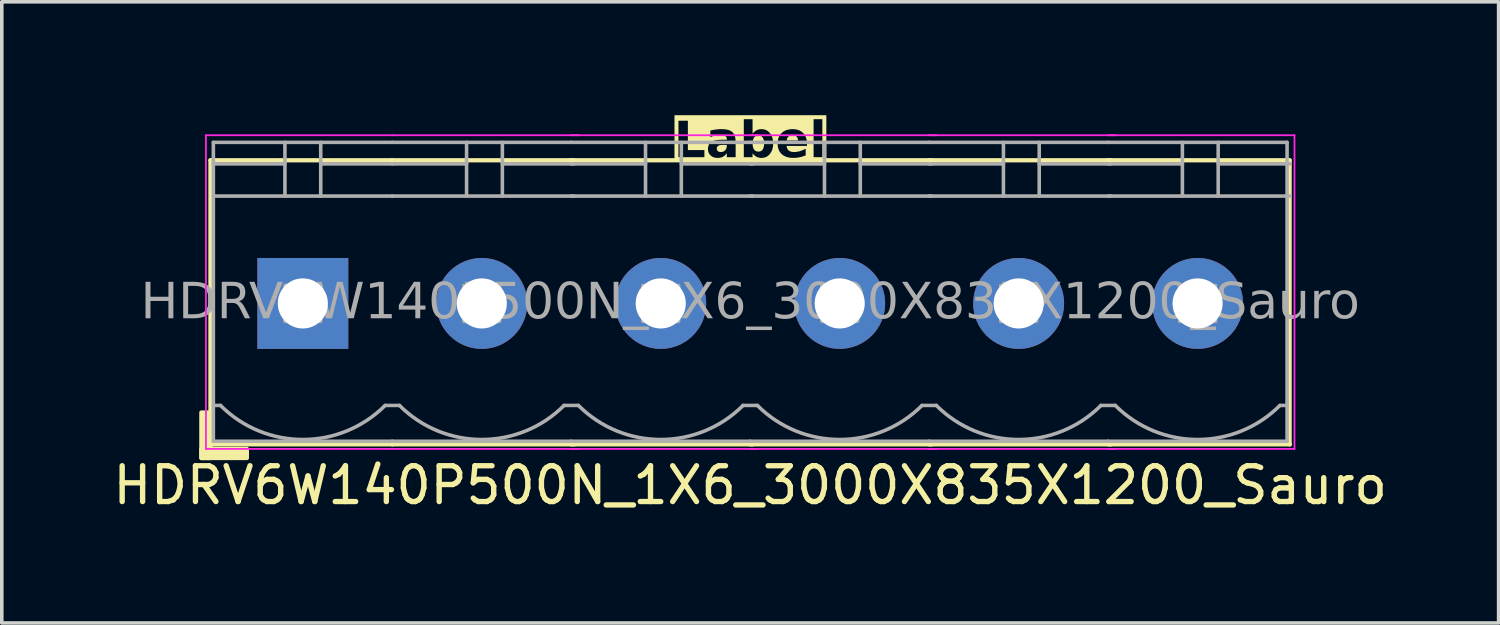
<source format=kicad_pcb>
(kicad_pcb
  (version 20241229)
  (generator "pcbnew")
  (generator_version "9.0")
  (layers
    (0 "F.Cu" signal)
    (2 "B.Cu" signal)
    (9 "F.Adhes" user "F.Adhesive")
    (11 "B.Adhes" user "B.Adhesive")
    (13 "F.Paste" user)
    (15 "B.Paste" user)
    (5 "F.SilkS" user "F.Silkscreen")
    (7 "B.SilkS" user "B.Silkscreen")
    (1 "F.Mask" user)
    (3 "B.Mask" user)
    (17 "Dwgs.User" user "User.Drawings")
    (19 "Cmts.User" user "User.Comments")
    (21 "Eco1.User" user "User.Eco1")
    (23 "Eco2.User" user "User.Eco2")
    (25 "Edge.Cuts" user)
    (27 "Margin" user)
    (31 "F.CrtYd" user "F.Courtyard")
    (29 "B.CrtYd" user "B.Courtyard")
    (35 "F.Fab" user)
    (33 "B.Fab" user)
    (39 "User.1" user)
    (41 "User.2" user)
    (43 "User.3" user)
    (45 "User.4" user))
  (footprint "HDRV6W140P500N_1X6_3000X835X1200_Sauro"
    (layer "F.Cu")
    (at 17.911 5.428)
    (property "Reference" "HDRV6W140P500N_1X6_3000X835X1200_Sauro" (at 0 5.08 0) (layer "F.SilkS") (effects (font (size 1 1) (thickness 0.15))))
    (property "Label" "Label" (at 0 -4.5 0) (layer "F.SilkS" knockout) (effects (font (face "Tahoma") (size 1 1) (thickness 0.2) (bold yes))))
    (attr through_hole)
    (fp_line (start -15.08 -4) (end -15.08 3.937) (stroke (width 0.12) (type solid)) (layer "F.SilkS"))
    (fp_line (start -15.08 3.937) (end -10 3.937) (stroke (width 0.12) (type solid)) (layer "F.SilkS"))
    (fp_line (start -10.005 -4) (end -15.08 -4) (stroke (width 0.12) (type solid)) (layer "F.SilkS"))
    (fp_line (start -10 3.937) (end -4.92 3.937) (stroke (width 0.12) (type solid)) (layer "F.SilkS"))
    (fp_line (start -5 3.937) (end 0.08 3.937) (stroke (width 0.12) (type solid)) (layer "F.SilkS"))
    (fp_line (start -4.93 -4) (end -10.005 -4) (stroke (width 0.12) (type solid)) (layer "F.SilkS"))
    (fp_line (start 0 3.937) (end 5.08 3.937) (stroke (width 0.12) (type solid)) (layer "F.SilkS"))
    (fp_line (start 0.07 -4) (end -5.005 -4) (stroke (width 0.12) (type solid)) (layer "F.SilkS"))
    (fp_line (start 5 3.937) (end 10.08 3.937) (stroke (width 0.12) (type solid)) (layer "F.SilkS"))
    (fp_line (start 5.07 -4) (end -0.005 -4) (stroke (width 0.12) (type solid)) (layer "F.SilkS"))
    (fp_line (start 10 3.937) (end 15.08 3.937) (stroke (width 0.12) (type solid)) (layer "F.SilkS"))
    (fp_line (start 10.07 -4) (end 4.995 -4) (stroke (width 0.12) (type solid)) (layer "F.SilkS"))
    (fp_line (start 15.07 -4) (end 9.995 -4) (stroke (width 0.12) (type solid)) (layer "F.SilkS"))
    (fp_line (start 15.07 -4) (end 15.07 3.937) (stroke (width 0.12) (type solid)) (layer "F.SilkS"))
    (fp_rect (start -15.08 3.048) (end -15.334 4.318) (stroke (width 0.12) (type solid)) (fill yes) (layer "F.SilkS"))
    (fp_rect (start -14.064 4.318) (end -15.334 4.064) (stroke (width 0.12) (type solid)) (fill yes) (layer "F.SilkS"))
    (fp_line (start -15.207 4.064) (end -15.207 -4.699) (stroke (width 0.05) (type solid)) (layer "F.CrtYd"))
    (fp_line (start -10.005 4.064) (end -15.207 4.064) (stroke (width 0.05) (type solid)) (layer "F.CrtYd"))
    (fp_line (start -10 -4.699) (end -15.207 -4.699) (stroke (width 0.05) (type solid)) (layer "F.CrtYd"))
    (fp_line (start -4.793 -4.699) (end -10 -4.699) (stroke (width 0.05) (type solid)) (layer "F.CrtYd"))
    (fp_line (start -4.793 4.064) (end -10.005 4.064) (stroke (width 0.05) (type solid)) (layer "F.CrtYd"))
    (fp_line (start 0.207 -4.699) (end -5 -4.699) (stroke (width 0.05) (type solid)) (layer "F.CrtYd"))
    (fp_line (start 0.207 4.064) (end -5.005 4.064) (stroke (width 0.05) (type solid)) (layer "F.CrtYd"))
    (fp_line (start 5.207 -4.699) (end 0 -4.699) (stroke (width 0.05) (type solid)) (layer "F.CrtYd"))
    (fp_line (start 5.207 4.064) (end -0.005 4.064) (stroke (width 0.05) (type solid)) (layer "F.CrtYd"))
    (fp_line (start 10.207 -4.699) (end 5 -4.699) (stroke (width 0.05) (type solid)) (layer "F.CrtYd"))
    (fp_line (start 10.207 4.064) (end 4.995 4.064) (stroke (width 0.05) (type solid)) (layer "F.CrtYd"))
    (fp_line (start 15.207 -4.699) (end 10 -4.699) (stroke (width 0.05) (type solid)) (layer "F.CrtYd"))
    (fp_line (start 15.207 -4.699) (end 15.207 4.064) (stroke (width 0.05) (type solid)) (layer "F.CrtYd"))
    (fp_line (start 15.207 4.064) (end 9.995 4.064) (stroke (width 0.05) (type solid)) (layer "F.CrtYd"))
    (fp_line (start -15 -4.5) (end -15 3.85) (stroke (width 0.1) (type solid)) (layer "F.Fab"))
    (fp_line (start -14.8 2.85) (end -15 2.85) (stroke (width 0.1) (type solid)) (layer "F.Fab"))
    (fp_line (start -13 -4.5) (end -13 -3) (stroke (width 0.1) (type default)) (layer "F.Fab"))
    (fp_line (start -13 -3.9) (end -15 -3.9) (stroke (width 0.1) (type solid)) (layer "F.Fab"))
    (fp_line (start -12 -4.5) (end -12 -3) (stroke (width 0.1) (type default)) (layer "F.Fab"))
    (fp_line (start -12 -3.9) (end -10 -3.9) (stroke (width 0.1) (type solid)) (layer "F.Fab"))
    (fp_line (start -10.2 2.85) (end -9.8 2.85) (stroke (width 0.1) (type solid)) (layer "F.Fab"))
    (fp_line (start -10 -4.5) (end -15 -4.5) (stroke (width 0.1) (type solid)) (layer "F.Fab"))
    (fp_line (start -10 -3) (end -15 -3) (stroke (width 0.1) (type solid)) (layer "F.Fab"))
    (fp_line (start -10 3.85) (end -15 3.85) (stroke (width 0.1) (type solid)) (layer "F.Fab"))
    (fp_line (start -10 3.85) (end -5 3.85) (stroke (width 0.1) (type solid)) (layer "F.Fab"))
    (fp_line (start -7.925 -4.5) (end -7.925 -3) (stroke (width 0.1) (type default)) (layer "F.Fab"))
    (fp_line (start -7.925 -3.9) (end -10 -3.9) (stroke (width 0.1) (type solid)) (layer "F.Fab"))
    (fp_line (start -6.925 -4.5) (end -6.925 -3) (stroke (width 0.1) (type default)) (layer "F.Fab"))
    (fp_line (start -6.925 -3.9) (end -4.925 -3.9) (stroke (width 0.1) (type solid)) (layer "F.Fab"))
    (fp_line (start -5.2 2.85) (end -4.8 2.85) (stroke (width 0.1) (type solid)) (layer "F.Fab"))
    (fp_line (start -5 -4.5) (end -10 -4.5) (stroke (width 0.1) (type solid)) (layer "F.Fab"))
    (fp_line (start -5 3.85) (end 0 3.85) (stroke (width 0.1) (type solid)) (layer "F.Fab"))
    (fp_line (start -4.925 -3) (end -10 -3) (stroke (width 0.1) (type solid)) (layer "F.Fab"))
    (fp_line (start -2.925 -4.5) (end -2.925 -3) (stroke (width 0.1) (type default)) (layer "F.Fab"))
    (fp_line (start -2.925 -3.9) (end -5 -3.9) (stroke (width 0.1) (type solid)) (layer "F.Fab"))
    (fp_line (start -1.925 -4.5) (end -1.925 -3) (stroke (width 0.1) (type default)) (layer "F.Fab"))
    (fp_line (start -1.925 -3.9) (end 0.075 -3.9) (stroke (width 0.1) (type solid)) (layer "F.Fab"))
    (fp_line (start -0.2 2.85) (end 0.2 2.85) (stroke (width 0.1) (type solid)) (layer "F.Fab"))
    (fp_line (start 0 -4.5) (end -5 -4.5) (stroke (width 0.1) (type solid)) (layer "F.Fab"))
    (fp_line (start 0 3.85) (end 5 3.85) (stroke (width 0.1) (type solid)) (layer "F.Fab"))
    (fp_line (start 0.075 -3) (end -5 -3) (stroke (width 0.1) (type solid)) (layer "F.Fab"))
    (fp_line (start 2.075 -4.5) (end 2.075 -3) (stroke (width 0.1) (type default)) (layer "F.Fab"))
    (fp_line (start 2.075 -3.9) (end 0 -3.9) (stroke (width 0.1) (type solid)) (layer "F.Fab"))
    (fp_line (start 3.075 -4.5) (end 3.075 -3) (stroke (width 0.1) (type default)) (layer "F.Fab"))
    (fp_line (start 3.075 -3.9) (end 5.075 -3.9) (stroke (width 0.1) (type solid)) (layer "F.Fab"))
    (fp_line (start 4.8 2.85) (end 5.2 2.85) (stroke (width 0.1) (type solid)) (layer "F.Fab"))
    (fp_line (start 5 -4.5) (end 0 -4.5) (stroke (width 0.1) (type solid)) (layer "F.Fab"))
    (fp_line (start 5 3.85) (end 10 3.85) (stroke (width 0.1) (type solid)) (layer "F.Fab"))
    (fp_line (start 5.075 -3) (end 0 -3) (stroke (width 0.1) (type solid)) (layer "F.Fab"))
    (fp_line (start 7.075 -4.5) (end 7.075 -3) (stroke (width 0.1) (type default)) (layer "F.Fab"))
    (fp_line (start 7.075 -3.9) (end 5 -3.9) (stroke (width 0.1) (type solid)) (layer "F.Fab"))
    (fp_line (start 8.075 -4.5) (end 8.075 -3) (stroke (width 0.1) (type default)) (layer "F.Fab"))
    (fp_line (start 8.075 -3.9) (end 10.075 -3.9) (stroke (width 0.1) (type solid)) (layer "F.Fab"))
    (fp_line (start 9.8 2.85) (end 10.2 2.85) (stroke (width 0.1) (type solid)) (layer "F.Fab"))
    (fp_line (start 10 -4.5) (end 5 -4.5) (stroke (width 0.1) (type solid)) (layer "F.Fab"))
    (fp_line (start 10 3.85) (end 15 3.85) (stroke (width 0.1) (type solid)) (layer "F.Fab"))
    (fp_line (start 10.075 -3) (end 5 -3) (stroke (width 0.1) (type solid)) (layer "F.Fab"))
    (fp_line (start 12.075 -4.5) (end 12.075 -3) (stroke (width 0.1) (type default)) (layer "F.Fab"))
    (fp_line (start 12.075 -3.9) (end 10 -3.9) (stroke (width 0.1) (type solid)) (layer "F.Fab"))
    (fp_line (start 13.075 -4.5) (end 13.075 -3) (stroke (width 0.1) (type default)) (layer "F.Fab"))
    (fp_line (start 13.075 -3.9) (end 15.075 -3.9) (stroke (width 0.1) (type solid)) (layer "F.Fab"))
    (fp_line (start 15 -4.5) (end 10 -4.5) (stroke (width 0.1) (type solid)) (layer "F.Fab"))
    (fp_line (start 15 -4.5) (end 15 3.85) (stroke (width 0.1) (type solid)) (layer "F.Fab"))
    (fp_line (start 15 2.85) (end 14.8 2.85) (stroke (width 0.1) (type solid)) (layer "F.Fab"))
    (fp_line (start 15.075 -3) (end 10 -3) (stroke (width 0.1) (type solid)) (layer "F.Fab"))
    (fp_rect (start -13 -0.5) (end -12 0.5) (stroke (width 0.1) (type solid)) (fill no) (layer "F.Fab"))
    (fp_rect (start -8 -0.5) (end -7 0.5) (stroke (width 0.1) (type solid)) (fill no) (layer "F.Fab"))
    (fp_rect (start -3 -0.5) (end -2 0.5) (stroke (width 0.1) (type solid)) (fill no) (layer "F.Fab"))
    (fp_rect (start 2 -0.5) (end 3 0.5) (stroke (width 0.1) (type solid)) (fill no) (layer "F.Fab"))
    (fp_rect (start 7 -0.5) (end 8 0.5) (stroke (width 0.1) (type solid)) (fill no) (layer "F.Fab"))
    (fp_rect (start 12 -0.5) (end 13 0.5) (stroke (width 0.1) (type solid)) (fill no) (layer "F.Fab"))
    (fp_arc (start -10.2 2.85) (mid -12.5 3.802691) (end -14.8 2.85) (stroke (width 0.1) (type default)) (layer "F.Fab"))
    (fp_arc (start -5.2 2.85) (mid -7.5 3.802691) (end -9.8 2.85) (stroke (width 0.1) (type default)) (layer "F.Fab"))
    (fp_arc (start -0.2 2.85) (mid -2.5 3.802691) (end -4.8 2.85) (stroke (width 0.1) (type default)) (layer "F.Fab"))
    (fp_arc (start 4.8 2.85) (mid 2.5 3.802691) (end 0.2 2.85) (stroke (width 0.1) (type default)) (layer "F.Fab"))
    (fp_arc (start 9.8 2.85) (mid 7.5 3.802691) (end 5.2 2.85) (stroke (width 0.1) (type default)) (layer "F.Fab"))
    (fp_arc (start 14.8 2.85) (mid 12.5 3.802691) (end 10.2 2.85) (stroke (width 0.1) (type default)) (layer "F.Fab"))
    (fp_text user "${REFERENCE}" (at 0 0 0) (layer "F.Fab") (effects (font (face "Tahoma") (size 1 1) (thickness 0.15))))
    (pad "1" thru_hole rect (at -12.5 0) (size 2.54 2.54) (drill 1.4) (layers "*.Cu" "*.Mask"))
    (pad "2" thru_hole circle (at -7.5 0) (size 2.54 2.54) (drill 1.4) (layers "*.Cu" "*.Mask"))
    (pad "3" thru_hole circle (at -2.5 0) (size 2.54 2.54) (drill 1.4) (layers "*.Cu" "*.Mask"))
    (pad "4" thru_hole circle (at 2.5 0) (size 2.54 2.54) (drill 1.4) (layers "*.Cu" "*.Mask"))
    (pad "5" thru_hole circle (at 7.5 0) (size 2.54 2.54) (drill 1.4) (layers "*.Cu" "*.Mask"))
    (pad "6" thru_hole circle (at 12.5 0) (size 2.54 2.54) (drill 1.4) (layers "*.Cu" "*.Mask")))
  (gr_rect
    (start -3 -3)
    (end 38.821 14.356)
    (stroke (width 0.1) (type default))
    (fill no)
    (layer "Edge.Cuts")))
</source>
